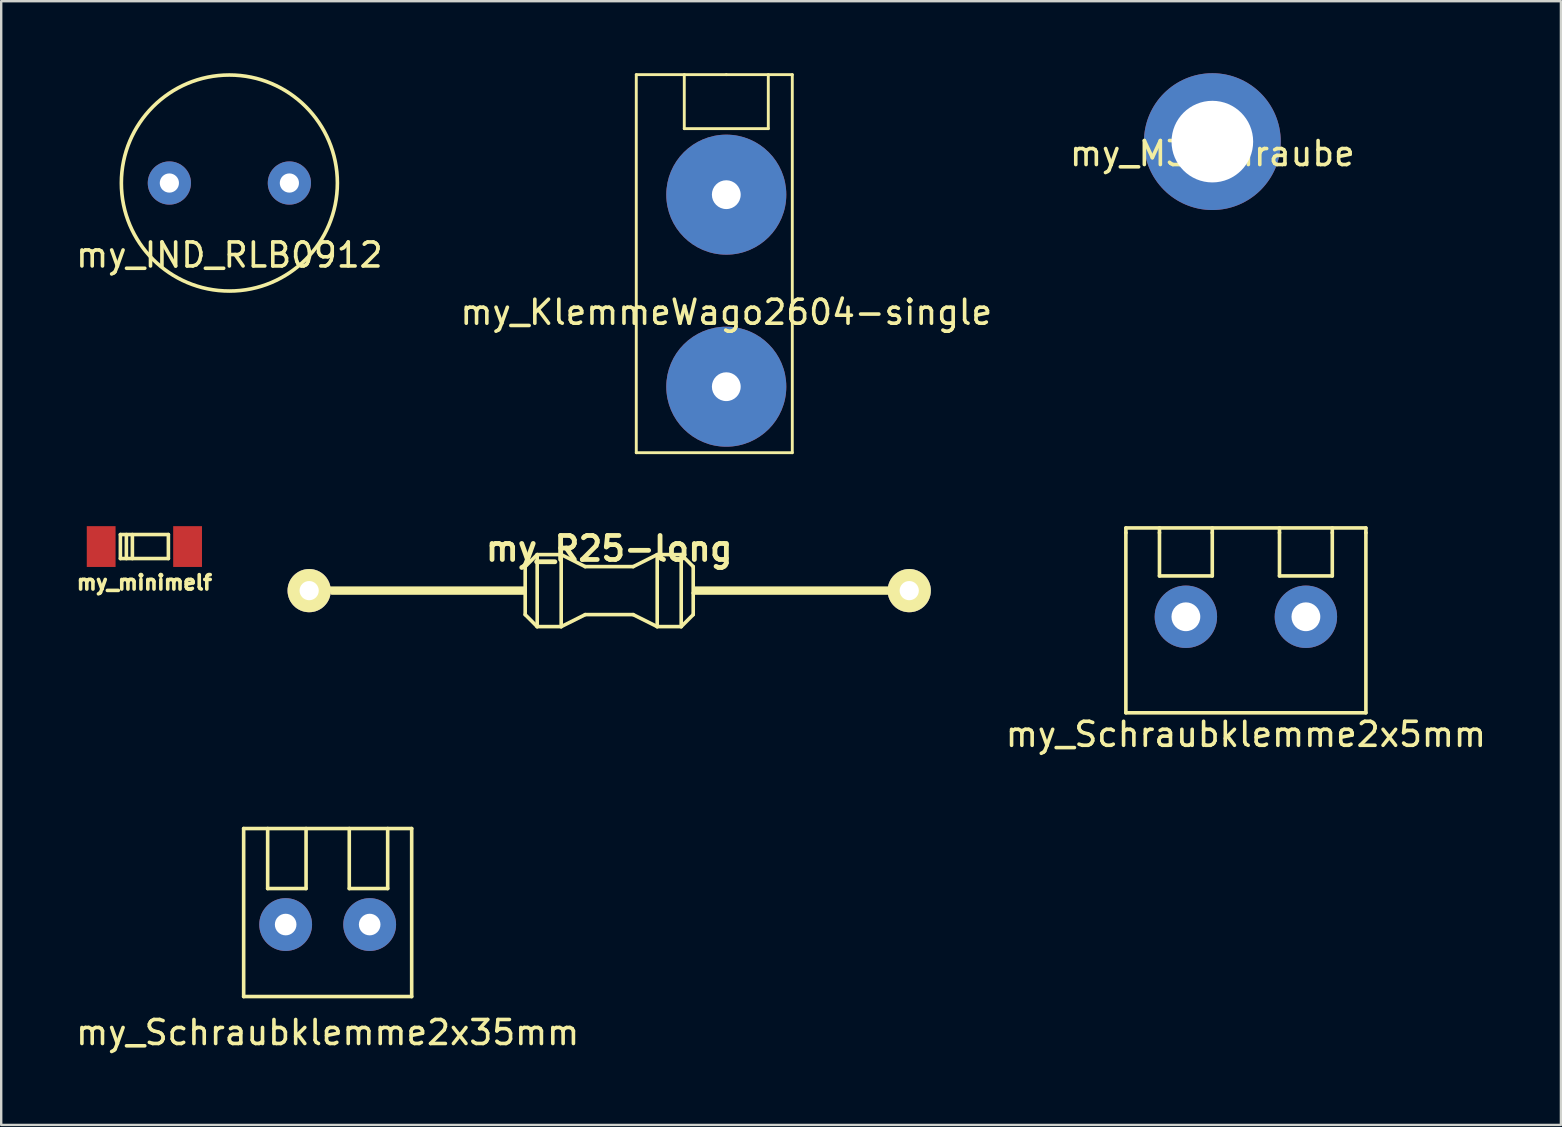
<source format=kicad_pcb>
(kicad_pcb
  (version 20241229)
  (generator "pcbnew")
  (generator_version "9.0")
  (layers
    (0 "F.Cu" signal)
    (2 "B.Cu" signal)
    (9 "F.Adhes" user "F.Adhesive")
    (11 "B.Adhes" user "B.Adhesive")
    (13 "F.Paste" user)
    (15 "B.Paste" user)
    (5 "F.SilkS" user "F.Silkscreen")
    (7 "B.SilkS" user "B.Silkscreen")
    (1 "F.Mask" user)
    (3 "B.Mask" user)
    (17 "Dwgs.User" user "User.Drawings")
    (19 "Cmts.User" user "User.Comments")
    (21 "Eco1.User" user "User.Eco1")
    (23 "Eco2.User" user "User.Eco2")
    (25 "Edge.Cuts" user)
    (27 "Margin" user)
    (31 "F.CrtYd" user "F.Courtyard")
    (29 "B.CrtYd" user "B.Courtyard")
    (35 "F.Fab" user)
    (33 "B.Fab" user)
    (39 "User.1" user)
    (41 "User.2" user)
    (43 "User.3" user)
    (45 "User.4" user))
  (footprint "my_IND_RLB0912"
    (layer "F.Cu")
    (at 6.506 4.575)
    (property "Reference" "my_IND_RLB0912" (at 0 3 0) (layer "F.SilkS") (effects (font (size 1 1) (thickness 0.15))))
    (attr through_hole)
    (fp_circle (center 0 0) (end 4.5 0) (stroke (width 0.15) (type solid)) (fill no) (layer "F.SilkS"))
    (pad "1" thru_hole circle (at -2.5 0) (size 1.8 1.8) (drill 0.8) (layers "*.Cu" "*.Mask"))
    (pad "2" thru_hole circle (at 2.5 0) (size 1.8 1.8) (drill 0.8) (layers "*.Cu" "*.Mask")))
  (footprint "my_KlemmeWago2604-single"
    (layer "F.Cu")
    (at 27.208 5.06)
    (property "Reference" "my_KlemmeWago2604-single" (at 0 4.9 0) (layer "F.SilkS") (effects (font (size 1 1) (thickness 0.15))))
    (attr through_hole)
    (fp_line (start -3.75 -5) (end 0 -5) (stroke (width 0.12) (type solid)) (layer "F.SilkS"))
    (fp_line (start -3.75 10.75) (end -3.75 -5) (stroke (width 0.12) (type solid)) (layer "F.SilkS"))
    (fp_line (start -1.75 -2.75) (end -1.75 -5) (stroke (width 0.12) (type solid)) (layer "F.SilkS"))
    (fp_line (start 0 -5) (end 2.75 -5) (stroke (width 0.12) (type solid)) (layer "F.SilkS"))
    (fp_line (start 1.75 -5) (end 1.75 -2.75) (stroke (width 0.12) (type solid)) (layer "F.SilkS"))
    (fp_line (start 1.75 -2.75) (end -1.75 -2.75) (stroke (width 0.12) (type solid)) (layer "F.SilkS"))
    (fp_line (start 2.75 -5) (end 2.75 10.75) (stroke (width 0.12) (type solid)) (layer "F.SilkS"))
    (fp_line (start 2.75 10.75) (end -3.75 10.75) (stroke (width 0.12) (type solid)) (layer "F.SilkS"))
    (pad "1" thru_hole circle (at 0 0) (size 5 5) (drill 1.2) (layers "*.Cu" "*.Mask"))
    (pad "1" thru_hole circle (at 0 8) (size 5 5) (drill 1.2) (layers "*.Cu" "*.Mask")))
  (footprint "my_Schraubklemme2x35mm"
    (layer "F.Cu")
    (at 10.601 35.468)
    (property "Reference" "my_Schraubklemme2x35mm" (at 0 4.5 0) (layer "F.SilkS") (effects (font (size 1 1) (thickness 0.15))))
    (attr through_hole)
    (fp_line (start -3.5 -4) (end -3.5 3) (stroke (width 0.15) (type solid)) (layer "F.SilkS"))
    (fp_line (start -3.5 3) (end 3.5 3) (stroke (width 0.15) (type solid)) (layer "F.SilkS"))
    (fp_line (start -2.5 -4) (end -2.5 -1.5) (stroke (width 0.15) (type solid)) (layer "F.SilkS"))
    (fp_line (start -2.5 -1.5) (end -0.9 -1.5) (stroke (width 0.15) (type solid)) (layer "F.SilkS"))
    (fp_line (start -0.9 -1.5) (end -0.9 -4) (stroke (width 0.15) (type solid)) (layer "F.SilkS"))
    (fp_line (start 0.9 -1.5) (end 0.9 -4) (stroke (width 0.15) (type solid)) (layer "F.SilkS"))
    (fp_line (start 2.5 -4) (end 2.5 -1.5) (stroke (width 0.15) (type solid)) (layer "F.SilkS"))
    (fp_line (start 2.5 -1.5) (end 0.9 -1.5) (stroke (width 0.15) (type solid)) (layer "F.SilkS"))
    (fp_line (start 3.5 -4) (end -3.5 -4) (stroke (width 0.15) (type solid)) (layer "F.SilkS"))
    (fp_line (start 3.5 3) (end 3.5 -4) (stroke (width 0.15) (type solid)) (layer "F.SilkS"))
    (pad "1" thru_hole circle (at 1.75 0) (size 2.2 2.2) (drill 0.9) (layers "*.Cu" "*.Mask"))
    (pad "2" thru_hole circle (at -1.75 0) (size 2.2 2.2) (drill 0.9) (layers "*.Cu" "*.Mask")))
  (footprint "my_minimelf"
    (layer "F.Cu")
    (at 2.965 19.72)
    (property "Reference" "my_minimelf" (at 0 1.5 0) (layer "F.SilkS") (effects (font (size 0.6 0.6) (thickness 0.15))))
    (attr through_hole)
    (fp_line (start -1 -0.5) (end 1 -0.5) (stroke (width 0.15) (type solid)) (layer "F.SilkS"))
    (fp_line (start -1 0.5) (end -1 -0.5) (stroke (width 0.15) (type solid)) (layer "F.SilkS"))
    (fp_line (start -0.75 -0.5) (end -0.75 0.5) (stroke (width 0.15) (type solid)) (layer "F.SilkS"))
    (fp_line (start -0.5 -0.5) (end -0.5 0.5) (stroke (width 0.15) (type solid)) (layer "F.SilkS"))
    (fp_line (start 1 -0.5) (end 1 0.5) (stroke (width 0.15) (type solid)) (layer "F.SilkS"))
    (fp_line (start 1 0.5) (end -1 0.5) (stroke (width 0.15) (type solid)) (layer "F.SilkS"))
    (pad "1" smd rect (at -1.8 0) (size 1.2 1.7) (layers "F.Cu" "F.Mask" "F.Paste"))
    (pad "2" smd rect (at 1.8 0) (size 1.2 1.7) (layers "F.Cu" "F.Mask" "F.Paste")))
  (footprint "my_M3Schraube"
    (layer "F.Cu")
    (at 47.458 2.85)
    (property "Reference" "my_M3Schraube" (at 0 0.5 0) (layer "F.SilkS") (effects (font (size 1 1) (thickness 0.15))))
    (attr through_hole)
    (pad "" thru_hole circle (at 0 0) (size 5.7 5.7) (drill 3.4) (layers "*.Cu" "*.Mask")))
  (footprint "my_Schraubklemme2x5mm"
    (layer "F.Cu")
    (at 48.855 22.645)
    (property "Reference" "my_Schraubklemme2x5mm" (at 0 4.9 0) (layer "F.SilkS") (effects (font (size 1 1) (thickness 0.15))))
    (attr through_hole)
    (fp_line (start -5 -3.7) (end 5 -3.7) (stroke (width 0.15) (type solid)) (layer "F.SilkS"))
    (fp_line (start -5 -3.5) (end -5 -3.7) (stroke (width 0.15) (type solid)) (layer "F.SilkS"))
    (fp_line (start -5 4) (end -5 -3.5) (stroke (width 0.15) (type solid)) (layer "F.SilkS"))
    (fp_line (start -3.6 -3.5) (end -3.6 -3.7) (stroke (width 0.15) (type solid)) (layer "F.SilkS"))
    (fp_line (start -3.6 -3.5) (end -3.6 -1.7) (stroke (width 0.15) (type solid)) (layer "F.SilkS"))
    (fp_line (start -3.6 -1.7) (end -1.4 -1.7) (stroke (width 0.15) (type solid)) (layer "F.SilkS"))
    (fp_line (start -1.4 -3.5) (end -1.4 -3.7) (stroke (width 0.15) (type solid)) (layer "F.SilkS"))
    (fp_line (start -1.4 -1.7) (end -1.4 -3.5) (stroke (width 0.15) (type solid)) (layer "F.SilkS"))
    (fp_line (start 1.4 -3.5) (end 1.4 -3.7) (stroke (width 0.15) (type solid)) (layer "F.SilkS"))
    (fp_line (start 1.4 -3.5) (end 1.4 -1.7) (stroke (width 0.15) (type solid)) (layer "F.SilkS"))
    (fp_line (start 1.4 -1.7) (end 3.6 -1.7) (stroke (width 0.15) (type solid)) (layer "F.SilkS"))
    (fp_line (start 3.6 -3.5) (end 3.6 -3.7) (stroke (width 0.15) (type solid)) (layer "F.SilkS"))
    (fp_line (start 3.6 -1.7) (end 3.6 -3.5) (stroke (width 0.15) (type solid)) (layer "F.SilkS"))
    (fp_line (start 5 -3.7) (end 5 -3.5) (stroke (width 0.15) (type solid)) (layer "F.SilkS"))
    (fp_line (start 5 -3.5) (end 5 4) (stroke (width 0.15) (type solid)) (layer "F.SilkS"))
    (fp_line (start 5 4) (end -5 4) (stroke (width 0.15) (type solid)) (layer "F.SilkS"))
    (pad "1" thru_hole circle (at 2.5 0) (size 2.6 2.6) (drill 1.2) (layers "*.Cu" "*.Mask"))
    (pad "2" thru_hole circle (at -2.5 0) (size 2.6 2.6) (drill 1.2) (layers "*.Cu" "*.Mask")))
  (footprint "my_R25-long"
    (layer "F.Cu")
    (at 22.33 21.556)
    (property "Reference" "my_R25-long" (at 0 -1.75 0) (layer "F.SilkS") (effects (font (size 1 1) (thickness 0.2))))
    (attr through_hole)
    (fp_line (start -12.5 -0.1) (end -12.5 0.1) (stroke (width 0.15) (type solid)) (layer "F.SilkS"))
    (fp_line (start -11.55 0.1) (end -3.5 0.1) (stroke (width 0.15) (type solid)) (layer "F.SilkS"))
    (fp_line (start -3.5 -1) (end -3.5 1) (stroke (width 0.15) (type solid)) (layer "F.SilkS"))
    (fp_line (start -3.5 -0.1) (end -11.6 -0.1) (stroke (width 0.15) (type solid)) (layer "F.SilkS"))
    (fp_line (start -3.5 0) (end -11.6 0) (stroke (width 0.15) (type solid)) (layer "F.SilkS"))
    (fp_line (start -3.5 1) (end -3 1.5) (stroke (width 0.15) (type solid)) (layer "F.SilkS"))
    (fp_line (start -3 -1.5) (end -3.5 -1) (stroke (width 0.15) (type solid)) (layer "F.SilkS"))
    (fp_line (start -3 -1.5) (end -2 -1.5) (stroke (width 0.15) (type solid)) (layer "F.SilkS"))
    (fp_line (start -3 1.5) (end -3 -1.5) (stroke (width 0.15) (type solid)) (layer "F.SilkS"))
    (fp_line (start -2 -1.5) (end -2 1.5) (stroke (width 0.15) (type solid)) (layer "F.SilkS"))
    (fp_line (start -2 -1.5) (end -1 -1) (stroke (width 0.15) (type solid)) (layer "F.SilkS"))
    (fp_line (start -2 1.5) (end -3 1.5) (stroke (width 0.15) (type solid)) (layer "F.SilkS"))
    (fp_line (start -1 -1) (end 1 -1) (stroke (width 0.15) (type solid)) (layer "F.SilkS"))
    (fp_line (start -1 1) (end -2 1.5) (stroke (width 0.15) (type solid)) (layer "F.SilkS"))
    (fp_line (start 1 -1) (end 2 -1.5) (stroke (width 0.15) (type solid)) (layer "F.SilkS"))
    (fp_line (start 1 1) (end -1 1) (stroke (width 0.15) (type solid)) (layer "F.SilkS"))
    (fp_line (start 2 -1.5) (end 2 1.5) (stroke (width 0.15) (type solid)) (layer "F.SilkS"))
    (fp_line (start 2 -1.5) (end 3 -1.5) (stroke (width 0.15) (type solid)) (layer "F.SilkS"))
    (fp_line (start 2 1.5) (end 1 1) (stroke (width 0.15) (type solid)) (layer "F.SilkS"))
    (fp_line (start 3 -1.5) (end 3 1.5) (stroke (width 0.15) (type solid)) (layer "F.SilkS"))
    (fp_line (start 3 1.5) (end 2 1.5) (stroke (width 0.15) (type solid)) (layer "F.SilkS"))
    (fp_line (start 3 1.5) (end 3.5 1) (stroke (width 0.15) (type solid)) (layer "F.SilkS"))
    (fp_line (start 3.5 -1) (end 3 -1.5) (stroke (width 0.15) (type solid)) (layer "F.SilkS"))
    (fp_line (start 3.5 1) (end 3.5 -1) (stroke (width 0.15) (type solid)) (layer "F.SilkS"))
    (fp_line (start 3.55 -0.1) (end 12.5 -0.1) (stroke (width 0.15) (type solid)) (layer "F.SilkS"))
    (fp_line (start 3.6 0) (end 12.5 0) (stroke (width 0.15) (type solid)) (layer "F.SilkS"))
    (fp_line (start 12.5 -0.1) (end 12.5 0.1) (stroke (width 0.15) (type solid)) (layer "F.SilkS"))
    (fp_line (start 12.5 0.1) (end 3.5 0.1) (stroke (width 0.15) (type solid)) (layer "F.SilkS"))
    (pad "1" thru_hole circle (at -12.5 0) (size 1.8 1.8) (drill 0.8) (layers "*.Cu" "*.Mask" "F.SilkS"))
    (pad "2" thru_hole circle (at 12.5 0) (size 1.8 1.8) (drill 0.8) (layers "*.Cu" "*.Mask" "F.SilkS")))
  (gr_rect
    (start -3 -3)
    (end 61.98 43.816)
    (stroke (width 0.1) (type default))
    (fill no)
    (layer "Edge.Cuts")))
</source>
